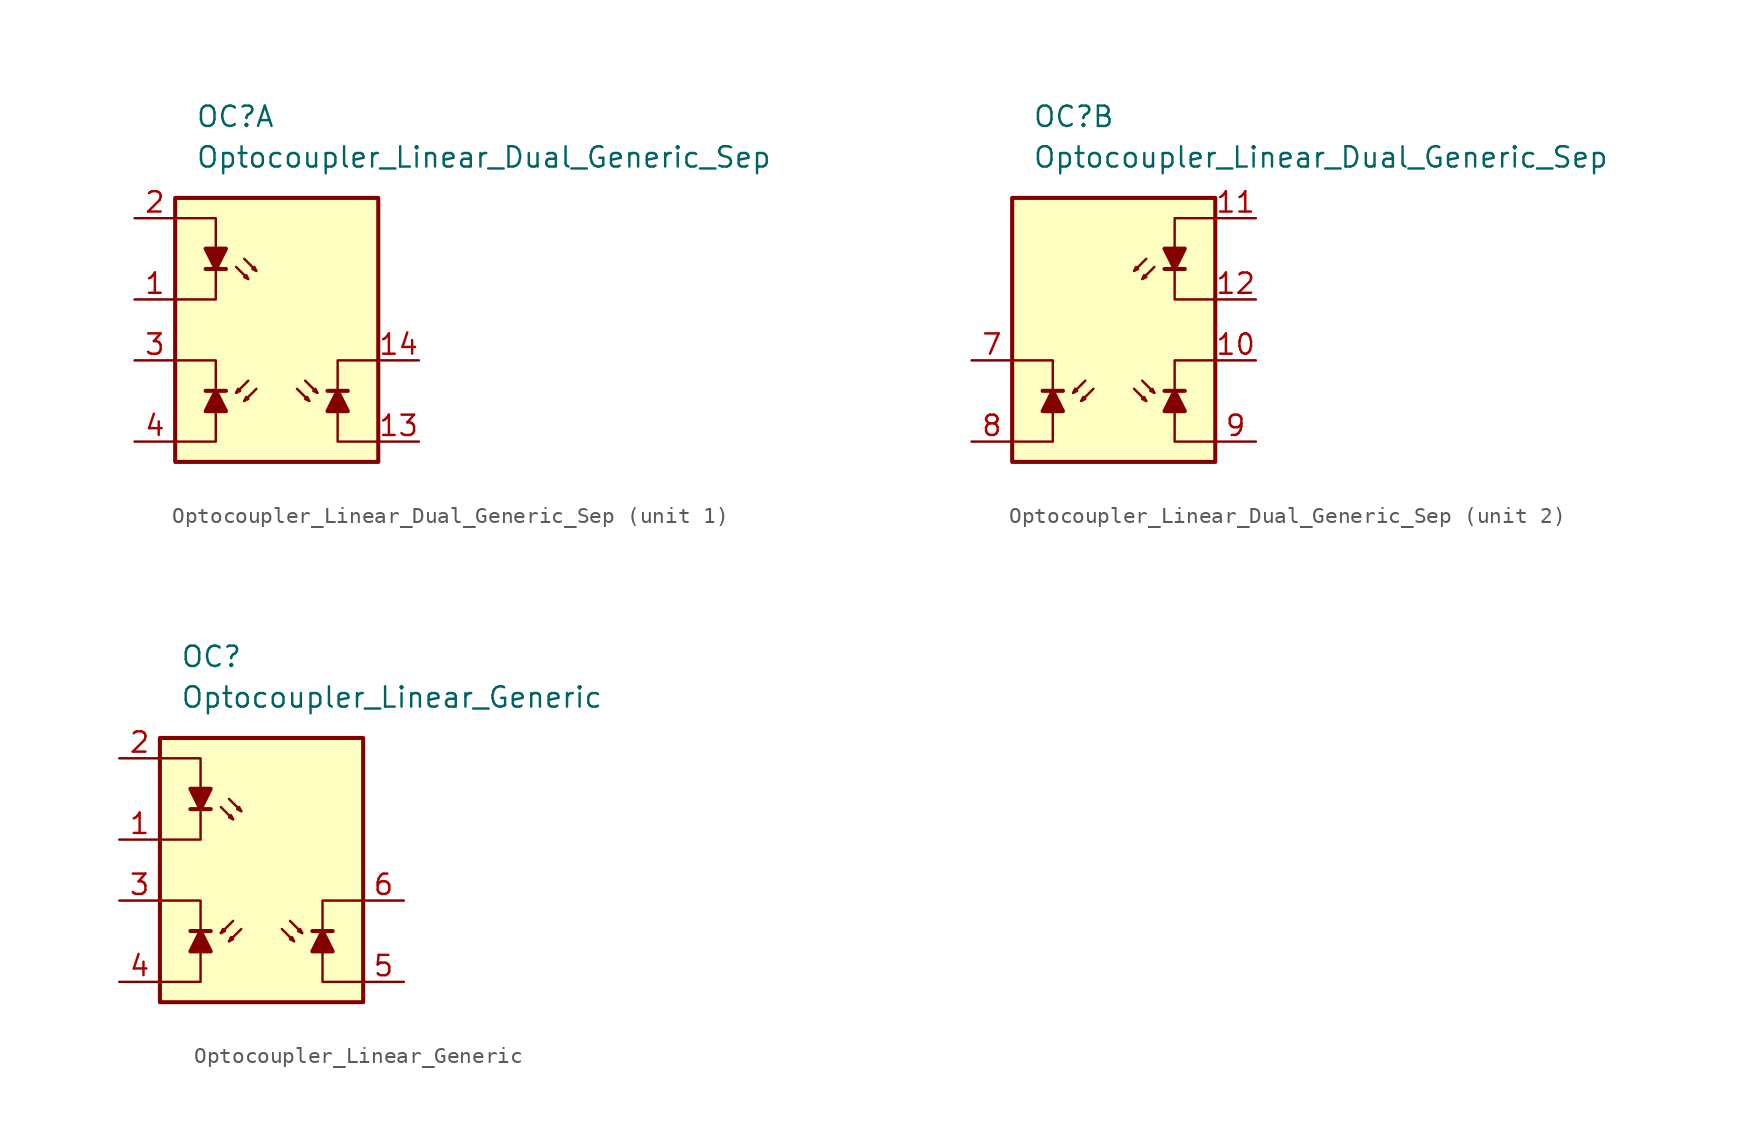
<source format=kicad_sym>
(kicad_symbol_lib
  (version 20231120)
  (generator "kicad_symbol_editor")
  (generator_version "8.0")
  (symbol "Optocoupler_Linear_Dual_Generic_Sep"
    (pin_names
      (offset 1.016))
    (property "Reference" "OC"
      (at -5.08 12.7 0)
      (effects (font (size 1.27 1.27)) (justify left)))
    (property "Value" "Optocoupler_Linear_Dual_Generic_Sep"
      (at -5.08 10.16 0)
      (effects (font (size 1.27 1.27)) (justify left)))
    (property "ki_locked" ""
      (at 0 0 0)
      (effects (font (size 1.27 1.27))))
    (symbol "Optocoupler_Linear_Dual_Generic_Sep_0_0"
      (rectangle (start 6.35 7.62) (end -6.35 -8.89) (stroke (width 0.254) (type default)) (fill (type background))))
    (symbol "Optocoupler_Linear_Dual_Generic_Sep_1_1"
      (polyline (pts (xy -4.445 -4.445) (xy -3.175 -4.445)) (stroke (width 0.254) (type default)) (fill (type none)))
      (polyline (pts (xy -4.445 3.175) (xy -3.175 3.175)) (stroke (width 0.254) (type default)) (fill (type none)))
      (polyline (pts (xy -1.778 -3.81) (xy -2.54 -4.572)) (stroke (width 0) (type default)) (fill (type none)))
      (polyline (pts (xy -1.27 -4.318) (xy -2.032 -5.08)) (stroke (width 0) (type default)) (fill (type none)))
      (polyline (pts (xy 1.27 -4.318) (xy 2.032 -5.08)) (stroke (width 0) (type default)) (fill (type none)))
      (polyline (pts (xy 1.778 -3.81) (xy 2.54 -4.572)) (stroke (width 0) (type default)) (fill (type none)))
      (polyline (pts (xy 4.445 -4.445) (xy 3.175 -4.445)) (stroke (width 0.254) (type default)) (fill (type none)))
      (polyline (pts (xy -6.35 -7.62) (xy -3.81 -7.62) (xy -3.81 -4.445)) (stroke (width 0) (type default)) (fill (type none)))
      (polyline (pts (xy -3.81 -4.445) (xy -3.81 -2.54) (xy -6.35 -2.54)) (stroke (width 0) (type default)) (fill (type none)))
      (polyline (pts (xy 3.81 -4.445) (xy 3.81 -2.54) (xy 6.35 -2.54)) (stroke (width 0) (type default)) (fill (type none)))
      (polyline (pts (xy 6.35 -7.62) (xy 3.81 -7.62) (xy 3.81 -4.445)) (stroke (width 0) (type default)) (fill (type none)))
      (polyline (pts (xy -6.35 6.35) (xy -3.81 6.35) (xy -3.81 1.27) (xy -6.35 1.27)) (stroke (width 0.152) (type default)) (fill (type none)))
      (polyline (pts (xy -4.445 4.445) (xy -3.175 4.445) (xy -3.81 3.175) (xy -4.445 4.445)) (stroke (width 0.254) (type default)) (fill (type outline)))
      (polyline (pts (xy -3.81 -4.445) (xy -4.445 -5.715) (xy -3.175 -5.715) (xy -3.81 -4.445)) (stroke (width 0.254) (type default)) (fill (type outline)))
      (polyline (pts (xy -2.54 -4.572) (xy -2.286 -4.445) (xy -2.413 -4.318) (xy -2.54 -4.572)) (stroke (width 0) (type default)) (fill (type none)))
      (polyline (pts (xy -2.032 -5.08) (xy -1.778 -4.953) (xy -1.905 -4.826) (xy -2.032 -5.08)) (stroke (width 0) (type default)) (fill (type none)))
      (polyline (pts (xy 2.032 -5.08) (xy 1.778 -4.953) (xy 1.905 -4.826) (xy 2.032 -5.08)) (stroke (width 0) (type default)) (fill (type none)))
      (polyline (pts (xy 2.54 -4.572) (xy 2.286 -4.445) (xy 2.413 -4.318) (xy 2.54 -4.572)) (stroke (width 0) (type default)) (fill (type none)))
      (polyline (pts (xy 3.81 -4.445) (xy 4.445 -5.715) (xy 3.175 -5.715) (xy 3.81 -4.445)) (stroke (width 0.254) (type default)) (fill (type outline)))
      (polyline (pts (xy -2.54 3.302) (xy -1.778 2.54) (xy -2.032 2.667) (xy -1.905 2.794) (xy -1.778 2.54)) (stroke (width 0.152) (type default)) (fill (type none)))
      (polyline (pts (xy -2.032 3.81) (xy -1.27 3.048) (xy -1.524 3.175) (xy -1.397 3.302) (xy -1.27 3.048)) (stroke (width 0.152) (type default)) (fill (type none)))
      (pin passive line (at -8.89 1.27 0) (length 2.54) (name "~" (effects (font (size 1.27 1.27)))) (number "1" (effects (font (size 1.27 1.27)))))
      (pin passive line (at 8.89 -7.62 180) (length 2.54) (name "~" (effects (font (size 1.27 1.27)))) (number "13" (effects (font (size 1.27 1.27)))))
      (pin passive line (at 8.89 -2.54 180) (length 2.54) (name "~" (effects (font (size 1.27 1.27)))) (number "14" (effects (font (size 1.27 1.27)))))
      (pin free line (at 1.27 1.27 0) (length 2.54) hide (name "NC" (effects (font (size 1.27 1.27)))) (number "15" (effects (font (size 1.27 1.27)))))
      (pin free line (at 1.27 -1.27 0) (length 2.54) hide (name "NC" (effects (font (size 1.27 1.27)))) (number "16" (effects (font (size 1.27 1.27)))))
      (pin passive line (at -8.89 6.35 0) (length 2.54) (name "~" (effects (font (size 1.27 1.27)))) (number "2" (effects (font (size 1.27 1.27)))))
      (pin passive line (at -8.89 -2.54 0) (length 2.54) (name "~" (effects (font (size 1.27 1.27)))) (number "3" (effects (font (size 1.27 1.27)))))
      (pin passive line (at -8.89 -7.62 0) (length 2.54) (name "~" (effects (font (size 1.27 1.27)))) (number "4" (effects (font (size 1.27 1.27)))))
      (pin free line (at 1.27 6.35 0) (length 2.54) hide (name "NC" (effects (font (size 1.27 1.27)))) (number "5" (effects (font (size 1.27 1.27)))))
      (pin free line (at 1.27 3.81 0) (length 2.54) hide (name "NC" (effects (font (size 1.27 1.27)))) (number "6" (effects (font (size 1.27 1.27))))))
    (symbol "Optocoupler_Linear_Dual_Generic_Sep_2_1"
      (polyline (pts (xy -4.445 -4.445) (xy -3.175 -4.445)) (stroke (width 0.254) (type default)) (fill (type none)))
      (polyline (pts (xy -1.778 -3.81) (xy -2.54 -4.572)) (stroke (width 0) (type default)) (fill (type none)))
      (polyline (pts (xy -1.27 -4.318) (xy -2.032 -5.08)) (stroke (width 0) (type default)) (fill (type none)))
      (polyline (pts (xy 1.27 -4.318) (xy 2.032 -5.08)) (stroke (width 0) (type default)) (fill (type none)))
      (polyline (pts (xy 1.778 -3.81) (xy 2.54 -4.572)) (stroke (width 0) (type default)) (fill (type none)))
      (polyline (pts (xy 4.445 -4.445) (xy 3.175 -4.445)) (stroke (width 0.254) (type default)) (fill (type none)))
      (polyline (pts (xy 4.445 3.175) (xy 3.175 3.175)) (stroke (width 0.254) (type default)) (fill (type none)))
      (polyline (pts (xy -6.35 -7.62) (xy -3.81 -7.62) (xy -3.81 -4.445)) (stroke (width 0) (type default)) (fill (type none)))
      (polyline (pts (xy -3.81 -4.445) (xy -3.81 -2.54) (xy -6.35 -2.54)) (stroke (width 0) (type default)) (fill (type none)))
      (polyline (pts (xy 3.81 -4.445) (xy 3.81 -2.54) (xy 6.35 -2.54)) (stroke (width 0) (type default)) (fill (type none)))
      (polyline (pts (xy 6.35 -7.62) (xy 3.81 -7.62) (xy 3.81 -4.445)) (stroke (width 0) (type default)) (fill (type none)))
      (polyline (pts (xy -3.81 -4.445) (xy -4.445 -5.715) (xy -3.175 -5.715) (xy -3.81 -4.445)) (stroke (width 0.254) (type default)) (fill (type outline)))
      (polyline (pts (xy -2.54 -4.572) (xy -2.286 -4.445) (xy -2.413 -4.318) (xy -2.54 -4.572)) (stroke (width 0) (type default)) (fill (type none)))
      (polyline (pts (xy -2.032 -5.08) (xy -1.778 -4.953) (xy -1.905 -4.826) (xy -2.032 -5.08)) (stroke (width 0) (type default)) (fill (type none)))
      (polyline (pts (xy 2.032 -5.08) (xy 1.778 -4.953) (xy 1.905 -4.826) (xy 2.032 -5.08)) (stroke (width 0) (type default)) (fill (type none)))
      (polyline (pts (xy 2.54 -4.572) (xy 2.286 -4.445) (xy 2.413 -4.318) (xy 2.54 -4.572)) (stroke (width 0) (type default)) (fill (type none)))
      (polyline (pts (xy 3.81 -4.445) (xy 4.445 -5.715) (xy 3.175 -5.715) (xy 3.81 -4.445)) (stroke (width 0.254) (type default)) (fill (type outline)))
      (polyline (pts (xy 4.445 4.445) (xy 3.175 4.445) (xy 3.81 3.175) (xy 4.445 4.445)) (stroke (width 0.254) (type default)) (fill (type outline)))
      (polyline (pts (xy 6.35 6.35) (xy 3.81 6.35) (xy 3.81 1.27) (xy 6.35 1.27)) (stroke (width 0.152) (type default)) (fill (type none)))
      (polyline (pts (xy 2.032 3.81) (xy 1.27 3.048) (xy 1.524 3.175) (xy 1.397 3.302) (xy 1.27 3.048)) (stroke (width 0.152) (type default)) (fill (type none)))
      (polyline (pts (xy 2.54 3.302) (xy 1.778 2.54) (xy 2.032 2.667) (xy 1.905 2.794) (xy 1.778 2.54)) (stroke (width 0.152) (type default)) (fill (type none)))
      (pin passive line (at 8.89 -2.54 180) (length 2.54) (name "~" (effects (font (size 1.27 1.27)))) (number "10" (effects (font (size 1.27 1.27)))))
      (pin passive line (at 8.89 6.35 180) (length 2.54) (name "~" (effects (font (size 1.27 1.27)))) (number "11" (effects (font (size 1.27 1.27)))))
      (pin passive line (at 8.89 1.27 180) (length 2.54) (name "~" (effects (font (size 1.27 1.27)))) (number "12" (effects (font (size 1.27 1.27)))))
      (pin passive line (at -8.89 -2.54 0) (length 2.54) (name "~" (effects (font (size 1.27 1.27)))) (number "7" (effects (font (size 1.27 1.27)))))
      (pin passive line (at -8.89 -7.62 0) (length 2.54) (name "~" (effects (font (size 1.27 1.27)))) (number "8" (effects (font (size 1.27 1.27)))))
      (pin passive line (at 8.89 -7.62 180) (length 2.54) (name "~" (effects (font (size 1.27 1.27)))) (number "9" (effects (font (size 1.27 1.27)))))))
  (symbol "Optocoupler_Linear_Generic"
    (pin_names
      (offset 1.016))
    (property "Reference" "OC"
      (at -5.08 12.7 0)
      (effects (font (size 1.27 1.27)) (justify left)))
    (property "Value" "Optocoupler_Linear_Generic"
      (at -5.08 10.16 0)
      (effects (font (size 1.27 1.27)) (justify left)))
    (symbol "Optocoupler_Linear_Generic_0_0"
      (rectangle (start -6.35 7.62) (end 6.35 -8.89) (stroke (width 0.254) (type default)) (fill (type background)))
      (polyline (pts (xy -2.54 3.302) (xy -1.778 2.54)) (stroke (width 0) (type default)) (fill (type none)))
      (polyline (pts (xy -2.032 3.81) (xy -1.27 3.048)) (stroke (width 0) (type default)) (fill (type none)))
      (polyline (pts (xy -1.778 2.54) (xy -2.032 2.667) (xy -1.905 2.794) (xy -1.778 2.54)) (stroke (width 0) (type default)) (fill (type none)))
      (polyline (pts (xy -1.27 3.048) (xy -1.524 3.175) (xy -1.397 3.302) (xy -1.27 3.048)) (stroke (width 0) (type default)) (fill (type none))))
    (symbol "Optocoupler_Linear_Generic_0_1"
      (polyline (pts (xy -4.445 3.175) (xy -3.175 3.175)) (stroke (width 0.254) (type default)) (fill (type none)))
      (polyline (pts (xy -6.35 6.35) (xy -3.81 6.35) (xy -3.81 3.175)) (stroke (width 0) (type default)) (fill (type none)))
      (polyline (pts (xy -3.81 3.175) (xy -3.81 1.27) (xy -6.35 1.27)) (stroke (width 0) (type default)) (fill (type none)))
      (polyline (pts (xy -3.81 3.175) (xy -4.445 4.445) (xy -3.175 4.445) (xy -3.81 3.175)) (stroke (width 0.254) (type default)) (fill (type outline))))
    (symbol "Optocoupler_Linear_Generic_1_1"
      (polyline (pts (xy -4.445 -4.445) (xy -3.175 -4.445)) (stroke (width 0.254) (type default)) (fill (type none)))
      (polyline (pts (xy -1.778 -3.81) (xy -2.54 -4.572)) (stroke (width 0) (type default)) (fill (type none)))
      (polyline (pts (xy -1.27 -4.318) (xy -2.032 -5.08)) (stroke (width 0) (type default)) (fill (type none)))
      (polyline (pts (xy 1.27 -4.318) (xy 2.032 -5.08)) (stroke (width 0) (type default)) (fill (type none)))
      (polyline (pts (xy 1.778 -3.81) (xy 2.54 -4.572)) (stroke (width 0) (type default)) (fill (type none)))
      (polyline (pts (xy 4.445 -4.445) (xy 3.175 -4.445)) (stroke (width 0.254) (type default)) (fill (type none)))
      (polyline (pts (xy -6.35 -7.62) (xy -3.81 -7.62) (xy -3.81 -4.445)) (stroke (width 0) (type default)) (fill (type none)))
      (polyline (pts (xy -3.81 -4.445) (xy -3.81 -2.54) (xy -6.35 -2.54)) (stroke (width 0) (type default)) (fill (type none)))
      (polyline (pts (xy 3.81 -4.445) (xy 3.81 -2.54) (xy 6.35 -2.54)) (stroke (width 0) (type default)) (fill (type none)))
      (polyline (pts (xy 6.35 -7.62) (xy 3.81 -7.62) (xy 3.81 -4.445)) (stroke (width 0) (type default)) (fill (type none)))
      (polyline (pts (xy -3.81 -4.445) (xy -4.445 -5.715) (xy -3.175 -5.715) (xy -3.81 -4.445)) (stroke (width 0.254) (type default)) (fill (type outline)))
      (polyline (pts (xy -2.54 -4.572) (xy -2.286 -4.445) (xy -2.413 -4.318) (xy -2.54 -4.572)) (stroke (width 0) (type default)) (fill (type none)))
      (polyline (pts (xy -2.032 -5.08) (xy -1.778 -4.953) (xy -1.905 -4.826) (xy -2.032 -5.08)) (stroke (width 0) (type default)) (fill (type none)))
      (polyline (pts (xy 2.032 -5.08) (xy 1.778 -4.953) (xy 1.905 -4.826) (xy 2.032 -5.08)) (stroke (width 0) (type default)) (fill (type none)))
      (polyline (pts (xy 2.54 -4.572) (xy 2.286 -4.445) (xy 2.413 -4.318) (xy 2.54 -4.572)) (stroke (width 0) (type default)) (fill (type none)))
      (polyline (pts (xy 3.81 -4.445) (xy 4.445 -5.715) (xy 3.175 -5.715) (xy 3.81 -4.445)) (stroke (width 0.254) (type default)) (fill (type outline)))
      (pin passive line (at -8.89 1.27 0) (length 2.54) (name "~" (effects (font (size 1.27 1.27)))) (number "1" (effects (font (size 1.27 1.27)))))
      (pin passive line (at -8.89 6.35 0) (length 2.54) (name "~" (effects (font (size 1.27 1.27)))) (number "2" (effects (font (size 1.27 1.27)))))
      (pin passive line (at -8.89 -2.54 0) (length 2.54) (name "~" (effects (font (size 1.27 1.27)))) (number "3" (effects (font (size 1.27 1.27)))))
      (pin passive line (at -8.89 -7.62 0) (length 2.54) (name "~" (effects (font (size 1.27 1.27)))) (number "4" (effects (font (size 1.27 1.27)))))
      (pin passive line (at 8.89 -7.62 180) (length 2.54) (name "~" (effects (font (size 1.27 1.27)))) (number "5" (effects (font (size 1.27 1.27)))))
      (pin passive line (at 8.89 -2.54 180) (length 2.54) (name "~" (effects (font (size 1.27 1.27)))) (number "6" (effects (font (size 1.27 1.27)))))
      (pin free line (at 2.54 5.08 0) (length 2.54) hide (name "NC" (effects (font (size 1.27 1.27)))) (number "7" (effects (font (size 1.27 1.27)))))
      (pin free line (at 2.54 2.54 0) (length 2.54) hide (name "NC" (effects (font (size 1.27 1.27)))) (number "8" (effects (font (size 1.27 1.27))))))))
</source>
